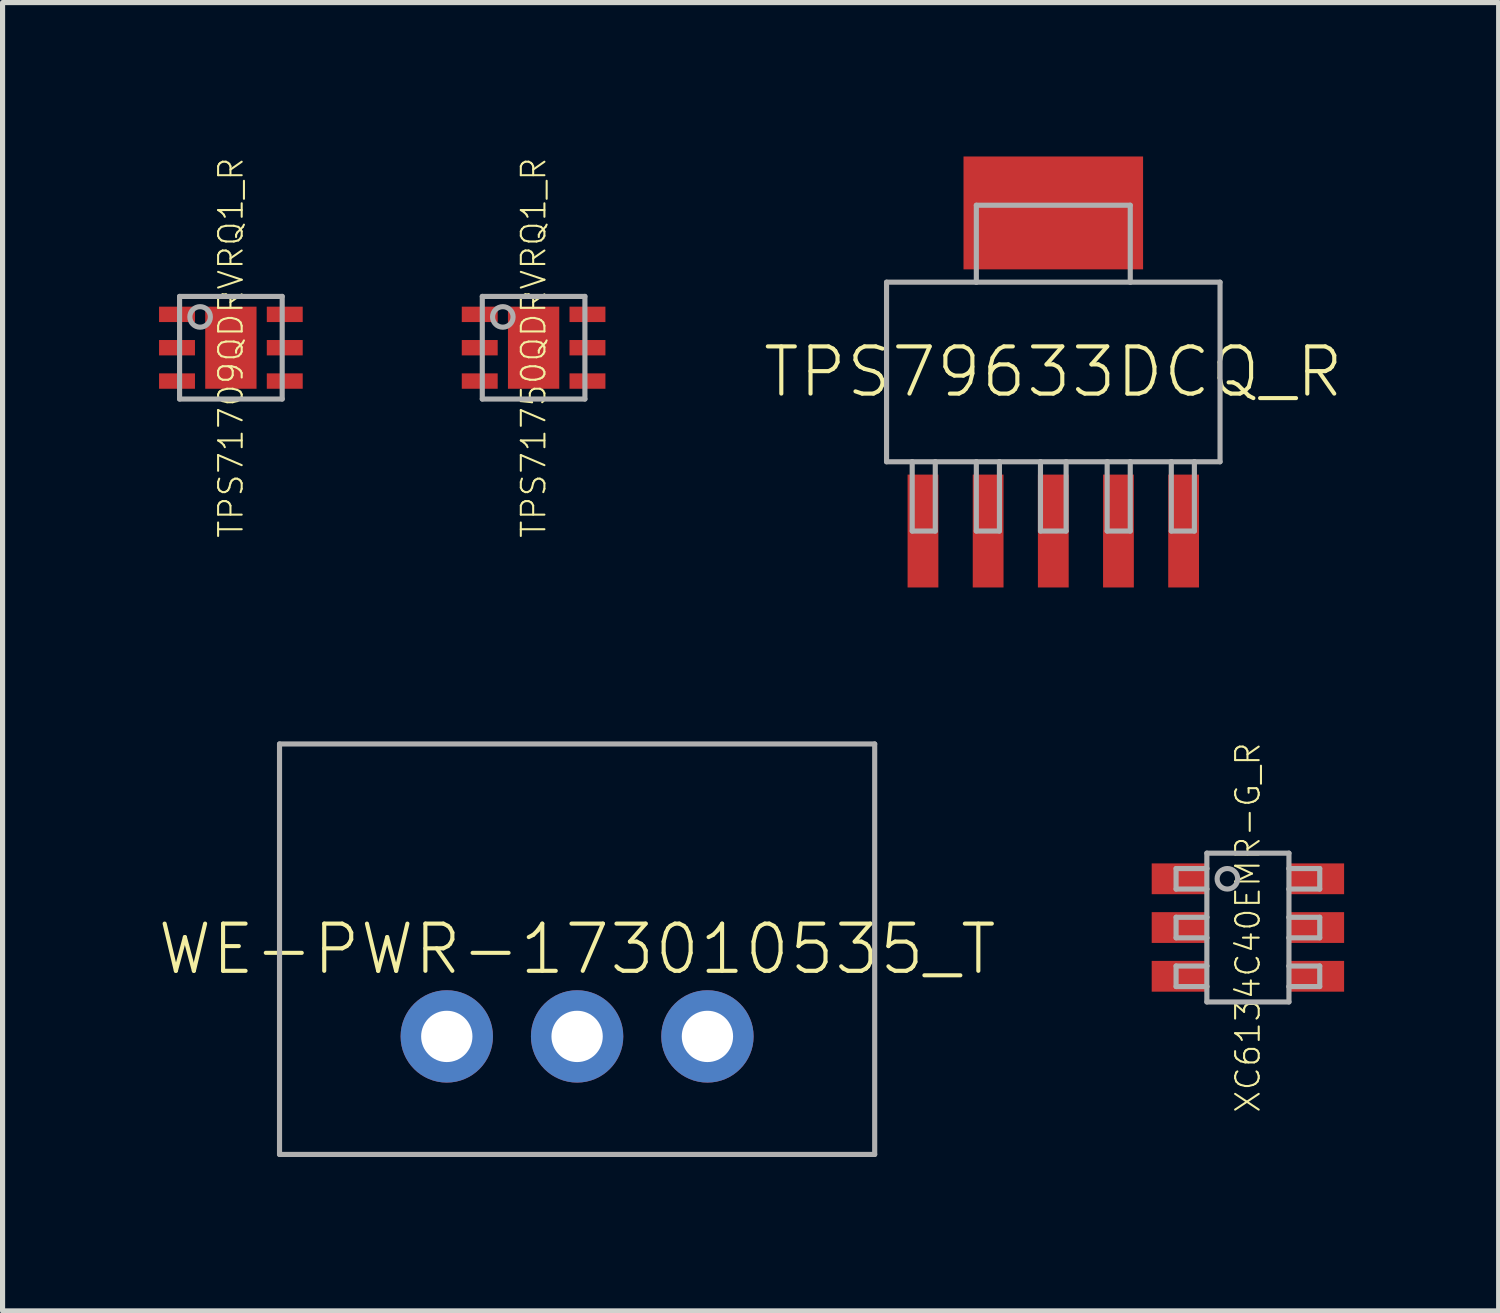
<source format=kicad_pcb>
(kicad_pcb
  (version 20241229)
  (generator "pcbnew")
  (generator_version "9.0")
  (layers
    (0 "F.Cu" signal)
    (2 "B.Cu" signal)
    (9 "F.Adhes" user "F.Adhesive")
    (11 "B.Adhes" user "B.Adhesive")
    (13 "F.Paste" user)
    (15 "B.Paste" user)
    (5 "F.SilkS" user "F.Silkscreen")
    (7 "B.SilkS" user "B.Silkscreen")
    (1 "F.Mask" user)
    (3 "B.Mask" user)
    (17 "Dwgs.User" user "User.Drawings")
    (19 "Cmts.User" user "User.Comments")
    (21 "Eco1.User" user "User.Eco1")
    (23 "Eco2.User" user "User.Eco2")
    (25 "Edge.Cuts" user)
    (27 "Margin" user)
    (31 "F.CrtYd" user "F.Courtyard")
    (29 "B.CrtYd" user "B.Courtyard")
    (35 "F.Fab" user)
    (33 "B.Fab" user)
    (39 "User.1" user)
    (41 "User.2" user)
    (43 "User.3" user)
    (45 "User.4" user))
  (footprint "TPS71709QDRVRQ1_R"
    (layer "F.Cu")
    (at 1.45 3.727)
    (property "Reference" "TPS71709QDRVRQ1_R" (at 0 0 90) (unlocked yes) (layer "F.SilkS") (effects (font (size 0.46 0.46) (thickness 0.04))))
    (fp_poly (pts (xy -1.45 -0.45) (xy -0.65 -0.45) (xy -0.65 -0.85) (xy -1.45 -0.85)) (stroke (width 0) (type default)) (fill yes) (layer "F.Mask"))
    (fp_poly (pts (xy -1.45 0.2) (xy -0.65 0.2) (xy -0.65 -0.2) (xy -1.45 -0.2)) (stroke (width 0) (type default)) (fill yes) (layer "F.Mask"))
    (fp_poly (pts (xy -1.45 0.85) (xy -0.65 0.85) (xy -0.65 0.45) (xy -1.45 0.45)) (stroke (width 0) (type default)) (fill yes) (layer "F.Mask"))
    (fp_poly (pts (xy -0.55 0.85) (xy 0.55 0.85) (xy 0.55 -0.85) (xy -0.55 -0.85)) (stroke (width 0) (type default)) (fill yes) (layer "F.Mask"))
    (fp_poly (pts (xy 0.65 -0.45) (xy 1.45 -0.45) (xy 1.45 -0.85) (xy 0.65 -0.85)) (stroke (width 0) (type default)) (fill yes) (layer "F.Mask"))
    (fp_poly (pts (xy 0.65 0.2) (xy 1.45 0.2) (xy 1.45 -0.2) (xy 0.65 -0.2)) (stroke (width 0) (type default)) (fill yes) (layer "F.Mask"))
    (fp_poly (pts (xy 0.65 0.85) (xy 1.45 0.85) (xy 1.45 0.45) (xy 0.65 0.45)) (stroke (width 0) (type default)) (fill yes) (layer "F.Mask"))
    (fp_poly (pts (xy -1.375 -0.525) (xy -0.725 -0.525) (xy -0.725 -0.775) (xy -1.375 -0.775)) (stroke (width 0) (type default)) (fill yes) (layer "F.Paste"))
    (fp_poly (pts (xy -1.375 0.125) (xy -0.725 0.125) (xy -0.725 -0.125) (xy -1.375 -0.125)) (stroke (width 0) (type default)) (fill yes) (layer "F.Paste"))
    (fp_poly (pts (xy -1.375 0.775) (xy -0.725 0.775) (xy -0.725 0.525) (xy -1.375 0.525)) (stroke (width 0) (type default)) (fill yes) (layer "F.Paste"))
    (fp_poly (pts (xy -0.5 -0.1) (xy 0.5 -0.1) (xy 0.5 -0.8) (xy -0.5 -0.8)) (stroke (width 0) (type default)) (fill yes) (layer "F.Paste"))
    (fp_poly (pts (xy -0.5 0.8) (xy 0.5 0.8) (xy 0.5 0.1) (xy -0.5 0.1)) (stroke (width 0) (type default)) (fill yes) (layer "F.Paste"))
    (fp_poly (pts (xy 1.375 -0.775) (xy 0.725 -0.775) (xy 0.725 -0.525) (xy 1.375 -0.525)) (stroke (width 0) (type default)) (fill yes) (layer "F.Paste"))
    (fp_poly (pts (xy 1.375 -0.125) (xy 0.725 -0.125) (xy 0.725 0.125) (xy 1.375 0.125)) (stroke (width 0) (type default)) (fill yes) (layer "F.Paste"))
    (fp_poly (pts (xy 1.375 0.525) (xy 0.725 0.525) (xy 0.725 0.775) (xy 1.375 0.775)) (stroke (width 0) (type default)) (fill yes) (layer "F.Paste"))
    (fp_line (start -1 -1) (end -1 1) (stroke (width 0.1) (type solid)) (layer "F.Fab"))
    (fp_line (start -1 1) (end 1 1) (stroke (width 0.1) (type solid)) (layer "F.Fab"))
    (fp_line (start 1 -1) (end -1 -1) (stroke (width 0.1) (type solid)) (layer "F.Fab"))
    (fp_line (start 1 1) (end 1 -1) (stroke (width 0.1) (type solid)) (layer "F.Fab"))
    (fp_circle (center -0.6 -0.6) (end -0.4 -0.6) (stroke (width 0.1) (type solid)) (fill no) (layer "F.Fab"))
    (pad "0" smd rect (at 0 0) (size 1 1.6) (layers "F.Cu"))
    (pad "1" smd rect (at -1.05 -0.65) (size 0.7 0.3) (layers "F.Cu"))
    (pad "2" smd rect (at -1.05 0) (size 0.7 0.3) (layers "F.Cu"))
    (pad "3" smd rect (at -1.05 0.65) (size 0.7 0.3) (layers "F.Cu"))
    (pad "4" smd rect (at 1.05 0.65) (size 0.7 0.3) (layers "F.Cu"))
    (pad "5" smd rect (at 1.05 0) (size 0.7 0.3) (layers "F.Cu"))
    (pad "6" smd rect (at 1.05 -0.65) (size 0.7 0.3) (layers "F.Cu")))
  (footprint "TPS71750QDRVRQ1_R"
    (layer "F.Cu")
    (at 7.35 3.727)
    (property "Reference" "TPS71750QDRVRQ1_R" (at 0 0 90) (unlocked yes) (layer "F.SilkS") (effects (font (size 0.46 0.46) (thickness 0.04))))
    (fp_poly (pts (xy -1.45 -0.45) (xy -0.65 -0.45) (xy -0.65 -0.85) (xy -1.45 -0.85)) (stroke (width 0) (type default)) (fill yes) (layer "F.Mask"))
    (fp_poly (pts (xy -1.45 0.2) (xy -0.65 0.2) (xy -0.65 -0.2) (xy -1.45 -0.2)) (stroke (width 0) (type default)) (fill yes) (layer "F.Mask"))
    (fp_poly (pts (xy -1.45 0.85) (xy -0.65 0.85) (xy -0.65 0.45) (xy -1.45 0.45)) (stroke (width 0) (type default)) (fill yes) (layer "F.Mask"))
    (fp_poly (pts (xy -0.55 0.85) (xy 0.55 0.85) (xy 0.55 -0.85) (xy -0.55 -0.85)) (stroke (width 0) (type default)) (fill yes) (layer "F.Mask"))
    (fp_poly (pts (xy 0.65 -0.45) (xy 1.45 -0.45) (xy 1.45 -0.85) (xy 0.65 -0.85)) (stroke (width 0) (type default)) (fill yes) (layer "F.Mask"))
    (fp_poly (pts (xy 0.65 0.2) (xy 1.45 0.2) (xy 1.45 -0.2) (xy 0.65 -0.2)) (stroke (width 0) (type default)) (fill yes) (layer "F.Mask"))
    (fp_poly (pts (xy 0.65 0.85) (xy 1.45 0.85) (xy 1.45 0.45) (xy 0.65 0.45)) (stroke (width 0) (type default)) (fill yes) (layer "F.Mask"))
    (fp_poly (pts (xy -1.375 -0.525) (xy -0.725 -0.525) (xy -0.725 -0.775) (xy -1.375 -0.775)) (stroke (width 0) (type default)) (fill yes) (layer "F.Paste"))
    (fp_poly (pts (xy -1.375 0.125) (xy -0.725 0.125) (xy -0.725 -0.125) (xy -1.375 -0.125)) (stroke (width 0) (type default)) (fill yes) (layer "F.Paste"))
    (fp_poly (pts (xy -1.375 0.775) (xy -0.725 0.775) (xy -0.725 0.525) (xy -1.375 0.525)) (stroke (width 0) (type default)) (fill yes) (layer "F.Paste"))
    (fp_poly (pts (xy -0.5 -0.1) (xy 0.5 -0.1) (xy 0.5 -0.8) (xy -0.5 -0.8)) (stroke (width 0) (type default)) (fill yes) (layer "F.Paste"))
    (fp_poly (pts (xy -0.5 0.8) (xy 0.5 0.8) (xy 0.5 0.1) (xy -0.5 0.1)) (stroke (width 0) (type default)) (fill yes) (layer "F.Paste"))
    (fp_poly (pts (xy 1.375 -0.775) (xy 0.725 -0.775) (xy 0.725 -0.525) (xy 1.375 -0.525)) (stroke (width 0) (type default)) (fill yes) (layer "F.Paste"))
    (fp_poly (pts (xy 1.375 -0.125) (xy 0.725 -0.125) (xy 0.725 0.125) (xy 1.375 0.125)) (stroke (width 0) (type default)) (fill yes) (layer "F.Paste"))
    (fp_poly (pts (xy 1.375 0.525) (xy 0.725 0.525) (xy 0.725 0.775) (xy 1.375 0.775)) (stroke (width 0) (type default)) (fill yes) (layer "F.Paste"))
    (fp_line (start -1 -1) (end -1 1) (stroke (width 0.1) (type solid)) (layer "F.Fab"))
    (fp_line (start -1 1) (end 1 1) (stroke (width 0.1) (type solid)) (layer "F.Fab"))
    (fp_line (start 1 -1) (end -1 -1) (stroke (width 0.1) (type solid)) (layer "F.Fab"))
    (fp_line (start 1 1) (end 1 -1) (stroke (width 0.1) (type solid)) (layer "F.Fab"))
    (fp_circle (center -0.6 -0.6) (end -0.4 -0.6) (stroke (width 0.1) (type solid)) (fill no) (layer "F.Fab"))
    (pad "0" smd rect (at 0 0) (size 1 1.6) (layers "F.Cu"))
    (pad "1" smd rect (at -1.05 -0.65) (size 0.7 0.3) (layers "F.Cu"))
    (pad "2" smd rect (at -1.05 0) (size 0.7 0.3) (layers "F.Cu"))
    (pad "3" smd rect (at -1.05 0.65) (size 0.7 0.3) (layers "F.Cu"))
    (pad "4" smd rect (at 1.05 0.65) (size 0.7 0.3) (layers "F.Cu"))
    (pad "5" smd rect (at 1.05 0) (size 0.7 0.3) (layers "F.Cu"))
    (pad "6" smd rect (at 1.05 -0.65) (size 0.7 0.3) (layers "F.Cu")))
  (footprint "WE-PWR-173010535_T"
    (layer "F.Cu")
    (at 8.198 15.45)
    (property "Reference" "WE-PWR-173010535_T" (at 0 0 0) (unlocked yes) (layer "F.SilkS") (effects (font (size 0.92 0.92) (thickness 0.08))))
    (fp_line (start -5.8 -4) (end -5.8 4) (stroke (width 0.1) (type solid)) (layer "F.Fab"))
    (fp_line (start -5.8 4) (end 5.8 4) (stroke (width 0.1) (type solid)) (layer "F.Fab"))
    (fp_line (start 5.8 -4) (end -5.8 -4) (stroke (width 0.1) (type solid)) (layer "F.Fab"))
    (fp_line (start 5.8 4) (end 5.8 -4) (stroke (width 0.1) (type solid)) (layer "F.Fab"))
    (pad "1" thru_hole circle (at -2.54 1.7) (size 1.8 1.8) (drill 1) (layers "*.Cu" "*.Mask"))
    (pad "2" thru_hole circle (at 0 1.7) (size 1.8 1.8) (drill 1) (layers "*.Cu" "*.Mask"))
    (pad "3" thru_hole circle (at 2.54 1.7) (size 1.8 1.8) (drill 1) (layers "*.Cu" "*.Mask")))
  (footprint "XC6134C40EMR-G_R"
    (layer "F.Cu")
    (at 21.272 15.028)
    (property "Reference" "XC6134C40EMR-G_R" (at 0 0 90) (unlocked yes) (layer "F.SilkS") (effects (font (size 0.46 0.46) (thickness 0.04))))
    (fp_line (start -1.4 -1.15) (end -1.4 -0.75) (stroke (width 0.1) (type solid)) (layer "F.Fab"))
    (fp_line (start -1.4 -0.75) (end -0.8 -0.75) (stroke (width 0.1) (type solid)) (layer "F.Fab"))
    (fp_line (start -1.4 -0.2) (end -1.4 0.2) (stroke (width 0.1) (type solid)) (layer "F.Fab"))
    (fp_line (start -1.4 0.75) (end -1.4 1.15) (stroke (width 0.1) (type solid)) (layer "F.Fab"))
    (fp_line (start -0.8 -1.45) (end 0.8 -1.45) (stroke (width 0.1) (type solid)) (layer "F.Fab"))
    (fp_line (start -0.8 -1.15) (end -1.4 -1.15) (stroke (width 0.1) (type solid)) (layer "F.Fab"))
    (fp_line (start -0.8 -1.15) (end -0.8 -1.45) (stroke (width 0.1) (type solid)) (layer "F.Fab"))
    (fp_line (start -0.8 -0.75) (end -0.8 -1.15) (stroke (width 0.1) (type solid)) (layer "F.Fab"))
    (fp_line (start -0.8 -0.75) (end -0.8 -0.2) (stroke (width 0.1) (type solid)) (layer "F.Fab"))
    (fp_line (start -0.8 -0.2) (end -1.4 -0.2) (stroke (width 0.1) (type solid)) (layer "F.Fab"))
    (fp_line (start -0.8 0.2) (end -1.4 0.2) (stroke (width 0.1) (type solid)) (layer "F.Fab"))
    (fp_line (start -0.8 0.2) (end -0.8 -0.2) (stroke (width 0.1) (type solid)) (layer "F.Fab"))
    (fp_line (start -0.8 0.75) (end -1.4 0.75) (stroke (width 0.1) (type solid)) (layer "F.Fab"))
    (fp_line (start -0.8 0.75) (end -0.8 0.2) (stroke (width 0.1) (type solid)) (layer "F.Fab"))
    (fp_line (start -0.8 1.15) (end -1.4 1.15) (stroke (width 0.1) (type solid)) (layer "F.Fab"))
    (fp_line (start -0.8 1.15) (end -0.8 0.75) (stroke (width 0.1) (type solid)) (layer "F.Fab"))
    (fp_line (start -0.8 1.45) (end -0.8 1.15) (stroke (width 0.1) (type solid)) (layer "F.Fab"))
    (fp_line (start 0.8 -1.45) (end 0.8 -1.15) (stroke (width 0.1) (type solid)) (layer "F.Fab"))
    (fp_line (start 0.8 -1.15) (end 0.8 -0.75) (stroke (width 0.1) (type solid)) (layer "F.Fab"))
    (fp_line (start 0.8 -0.75) (end 0.8 -0.2) (stroke (width 0.1) (type solid)) (layer "F.Fab"))
    (fp_line (start 0.8 -0.2) (end 0.8 0.2) (stroke (width 0.1) (type solid)) (layer "F.Fab"))
    (fp_line (start 0.8 0.2) (end 0.8 0.75) (stroke (width 0.1) (type solid)) (layer "F.Fab"))
    (fp_line (start 0.8 0.75) (end 0.8 1.15) (stroke (width 0.1) (type solid)) (layer "F.Fab"))
    (fp_line (start 0.8 1.15) (end 0.8 1.45) (stroke (width 0.1) (type solid)) (layer "F.Fab"))
    (fp_line (start 0.8 1.45) (end -0.8 1.45) (stroke (width 0.1) (type solid)) (layer "F.Fab"))
    (fp_line (start 1.4 -1.15) (end 0.8 -1.15) (stroke (width 0.1) (type solid)) (layer "F.Fab"))
    (fp_line (start 1.4 -1.15) (end 1.4 -0.75) (stroke (width 0.1) (type solid)) (layer "F.Fab"))
    (fp_line (start 1.4 -0.75) (end 0.8 -0.75) (stroke (width 0.1) (type solid)) (layer "F.Fab"))
    (fp_line (start 1.4 -0.2) (end 0.8 -0.2) (stroke (width 0.1) (type solid)) (layer "F.Fab"))
    (fp_line (start 1.4 -0.2) (end 1.4 0.2) (stroke (width 0.1) (type solid)) (layer "F.Fab"))
    (fp_line (start 1.4 0.2) (end 0.8 0.2) (stroke (width 0.1) (type solid)) (layer "F.Fab"))
    (fp_line (start 1.4 0.75) (end 0.8 0.75) (stroke (width 0.1) (type solid)) (layer "F.Fab"))
    (fp_line (start 1.4 0.75) (end 1.4 1.15) (stroke (width 0.1) (type solid)) (layer "F.Fab"))
    (fp_line (start 1.4 1.15) (end 0.8 1.15) (stroke (width 0.1) (type solid)) (layer "F.Fab"))
    (fp_circle (center -0.4 -0.95) (end -0.2 -0.95) (stroke (width 0.1) (type solid)) (fill no) (layer "F.Fab"))
    (pad "1" smd rect (at -1.35 -0.95) (size 1.05 0.6) (layers "F.Cu" "F.Mask" "F.Paste"))
    (pad "2" smd rect (at -1.35 0) (size 1.05 0.6) (layers "F.Cu" "F.Mask" "F.Paste"))
    (pad "3" smd rect (at -1.35 0.95) (size 1.05 0.6) (layers "F.Cu" "F.Mask" "F.Paste"))
    (pad "4" smd rect (at 1.35 0.95) (size 1.05 0.6) (layers "F.Cu" "F.Mask" "F.Paste"))
    (pad "5" smd rect (at 1.35 0) (size 1.05 0.6) (layers "F.Cu" "F.Mask" "F.Paste"))
    (pad "6" smd rect (at 1.35 -0.95) (size 1.05 0.6) (layers "F.Cu" "F.Mask" "F.Paste")))
  (footprint "TPS79633DCQ_R"
    (layer "F.Cu")
    (at 17.479 4.2)
    (property "Reference" "TPS79633DCQ_R" (at 0 0 0) (unlocked yes) (layer "F.SilkS") (effects (font (size 0.92 0.92) (thickness 0.08))))
    (fp_line (start -3.25 -1.75) (end -3.25 1.75) (stroke (width 0.1) (type solid)) (layer "F.Fab"))
    (fp_line (start -3.25 1.75) (end -2.75 1.75) (stroke (width 0.1) (type solid)) (layer "F.Fab"))
    (fp_line (start -2.75 1.75) (end -2.75 3.1) (stroke (width 0.1) (type solid)) (layer "F.Fab"))
    (fp_line (start -2.75 1.75) (end -2.3 1.75) (stroke (width 0.1) (type solid)) (layer "F.Fab"))
    (fp_line (start -2.75 3.1) (end -2.3 3.1) (stroke (width 0.1) (type solid)) (layer "F.Fab"))
    (fp_line (start -2.3 1.75) (end -1.5 1.75) (stroke (width 0.1) (type solid)) (layer "F.Fab"))
    (fp_line (start -2.3 3.1) (end -2.3 1.75) (stroke (width 0.1) (type solid)) (layer "F.Fab"))
    (fp_line (start -1.5 -3.25) (end 1.5 -3.25) (stroke (width 0.1) (type solid)) (layer "F.Fab"))
    (fp_line (start -1.5 -1.75) (end -3.25 -1.75) (stroke (width 0.1) (type solid)) (layer "F.Fab"))
    (fp_line (start -1.5 -1.75) (end -1.5 -3.25) (stroke (width 0.1) (type solid)) (layer "F.Fab"))
    (fp_line (start -1.5 1.75) (end -1.5 3.1) (stroke (width 0.1) (type solid)) (layer "F.Fab"))
    (fp_line (start -1.5 1.75) (end -1.05 1.75) (stroke (width 0.1) (type solid)) (layer "F.Fab"))
    (fp_line (start -1.5 3.1) (end -1.05 3.1) (stroke (width 0.1) (type solid)) (layer "F.Fab"))
    (fp_line (start -1.05 1.75) (end -0.25 1.75) (stroke (width 0.1) (type solid)) (layer "F.Fab"))
    (fp_line (start -1.05 3.1) (end -1.05 1.75) (stroke (width 0.1) (type solid)) (layer "F.Fab"))
    (fp_line (start -0.25 1.75) (end -0.25 3.1) (stroke (width 0.1) (type solid)) (layer "F.Fab"))
    (fp_line (start -0.25 1.75) (end 0.25 1.75) (stroke (width 0.1) (type solid)) (layer "F.Fab"))
    (fp_line (start -0.25 3.1) (end 0.25 3.1) (stroke (width 0.1) (type solid)) (layer "F.Fab"))
    (fp_line (start 0.25 1.75) (end 1.05 1.75) (stroke (width 0.1) (type solid)) (layer "F.Fab"))
    (fp_line (start 0.25 3.1) (end 0.25 1.75) (stroke (width 0.1) (type solid)) (layer "F.Fab"))
    (fp_line (start 1.05 1.75) (end 1.05 3.1) (stroke (width 0.1) (type solid)) (layer "F.Fab"))
    (fp_line (start 1.05 1.75) (end 1.5 1.75) (stroke (width 0.1) (type solid)) (layer "F.Fab"))
    (fp_line (start 1.05 3.1) (end 1.5 3.1) (stroke (width 0.1) (type solid)) (layer "F.Fab"))
    (fp_line (start 1.5 -3.25) (end 1.5 -1.75) (stroke (width 0.1) (type solid)) (layer "F.Fab"))
    (fp_line (start 1.5 -1.75) (end -1.5 -1.75) (stroke (width 0.1) (type solid)) (layer "F.Fab"))
    (fp_line (start 1.5 1.75) (end 2.3 1.75) (stroke (width 0.1) (type solid)) (layer "F.Fab"))
    (fp_line (start 1.5 3.1) (end 1.5 1.75) (stroke (width 0.1) (type solid)) (layer "F.Fab"))
    (fp_line (start 2.3 1.75) (end 2.3 3.1) (stroke (width 0.1) (type solid)) (layer "F.Fab"))
    (fp_line (start 2.3 1.75) (end 2.75 1.75) (stroke (width 0.1) (type solid)) (layer "F.Fab"))
    (fp_line (start 2.3 3.1) (end 2.75 3.1) (stroke (width 0.1) (type solid)) (layer "F.Fab"))
    (fp_line (start 2.75 1.75) (end 3.25 1.75) (stroke (width 0.1) (type solid)) (layer "F.Fab"))
    (fp_line (start 2.75 3.1) (end 2.75 1.75) (stroke (width 0.1) (type solid)) (layer "F.Fab"))
    (fp_line (start 3.25 -1.75) (end 1.5 -1.75) (stroke (width 0.1) (type solid)) (layer "F.Fab"))
    (fp_line (start 3.25 1.75) (end 3.25 -1.75) (stroke (width 0.1) (type solid)) (layer "F.Fab"))
    (pad "1" smd rect (at -2.54 3.1 90) (size 2.2 0.6) (layers "F.Cu" "F.Mask" "F.Paste"))
    (pad "2" smd rect (at -1.27 3.1 90) (size 2.2 0.6) (layers "F.Cu" "F.Mask" "F.Paste"))
    (pad "3" smd rect (at 0 3.1 90) (size 2.2 0.6) (layers "F.Cu" "F.Mask" "F.Paste"))
    (pad "4" smd rect (at 1.27 3.1 90) (size 2.2 0.6) (layers "F.Cu" "F.Mask" "F.Paste"))
    (pad "5" smd rect (at 2.54 3.1 90) (size 2.2 0.6) (layers "F.Cu" "F.Mask" "F.Paste"))
    (pad "6" smd rect (at 0 -3.1 90) (size 2.2 3.5) (layers "F.Cu" "F.Mask" "F.Paste")))
  (gr_rect
    (start -3 -3)
    (end 26.159 22.5)
    (stroke (width 0.1) (type default))
    (fill no)
    (layer "Edge.Cuts")))
</source>
